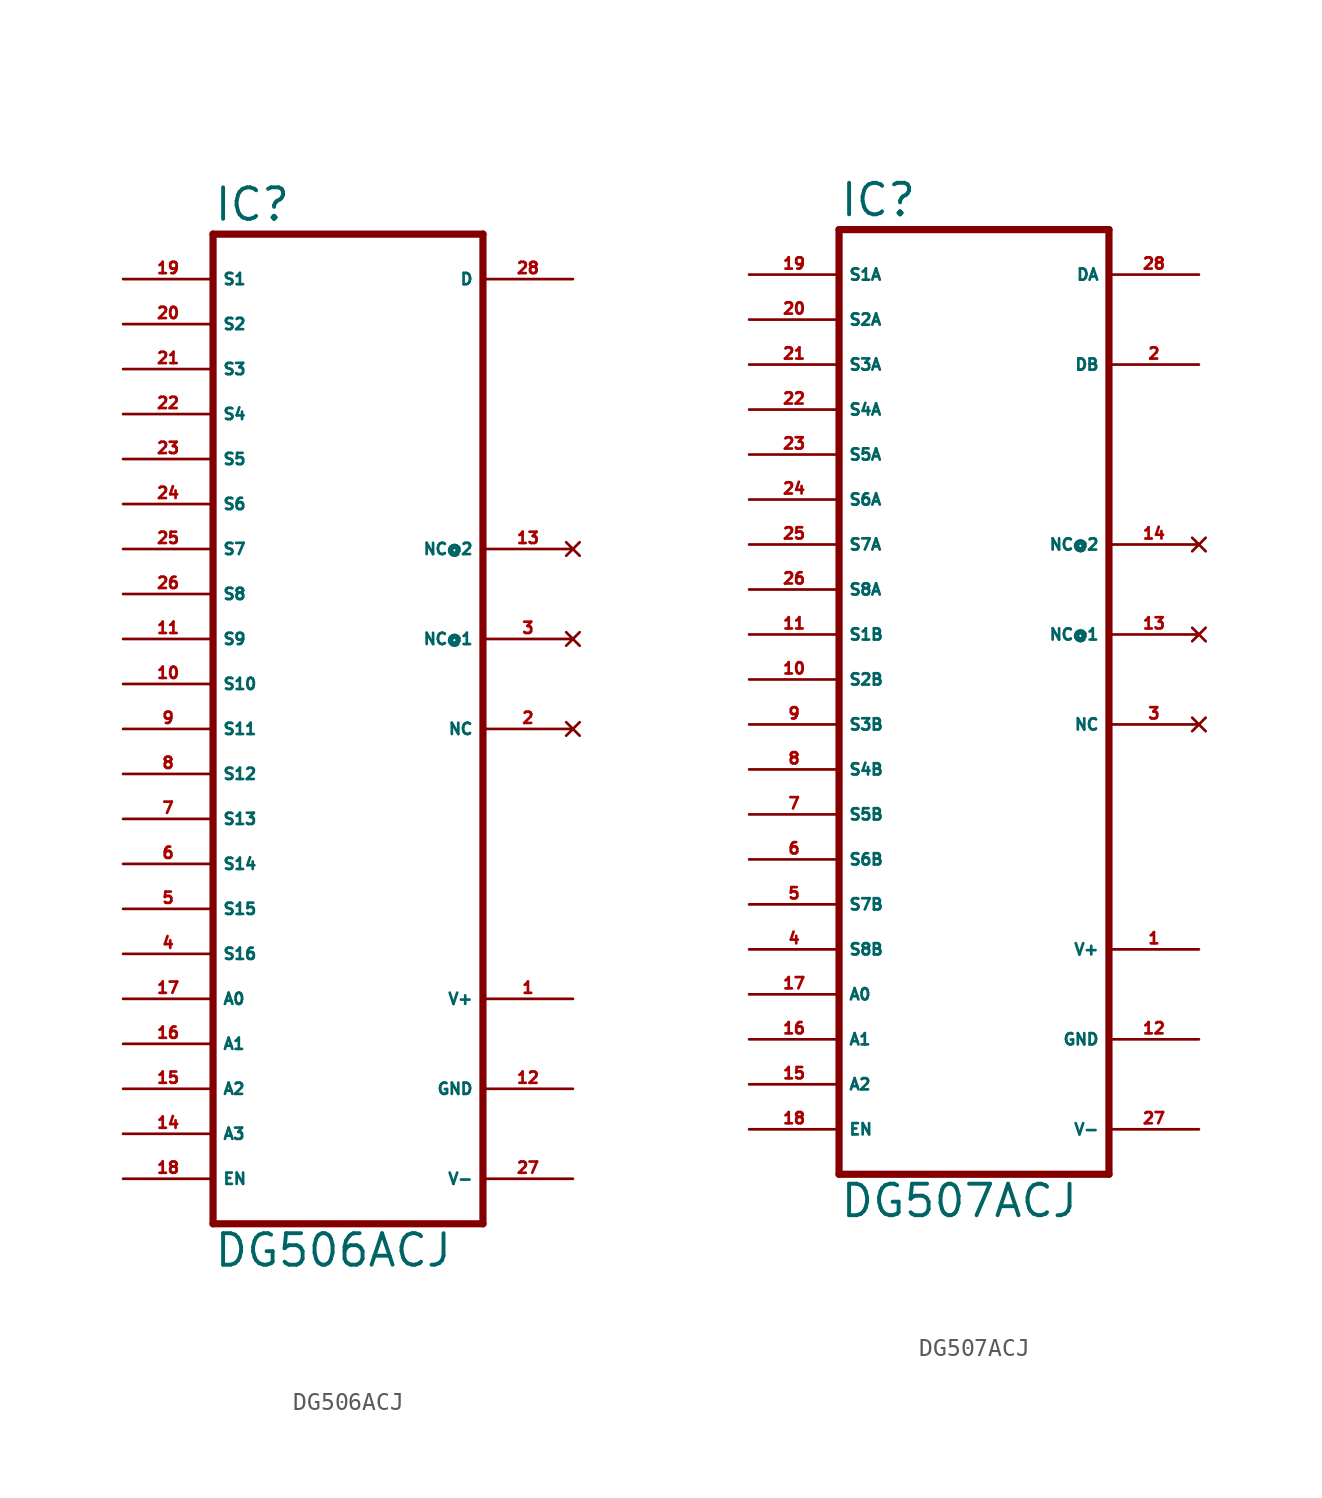
<source format=kicad_sym>
(kicad_symbol_lib
  (version 20220914)
  (generator Eagle2Kicad)
  (symbol "DG506ACJ"
    (property "Reference" "IC"
      (at -7.62 23.495 0)
      (effects (font (size 1.778 1.778) (thickness 0.22)) (justify left bottom)))
    (property "Value" "DG506ACJ"
      (at -7.62 -35.56 0)
      (effects (font (size 1.778 1.778) (thickness 0.22)) (justify left bottom)))
    (polyline
      (pts (xy -7.62 -33.02) (xy 7.62 -33.02))
      (stroke (width 0.406) (type default))
      (fill (type none)))
    (polyline
      (pts (xy 7.62 22.86) (xy 7.62 -33.02))
      (stroke (width 0.406) (type default))
      (fill (type none)))
    (polyline
      (pts (xy 7.62 22.86) (xy -7.62 22.86))
      (stroke (width 0.406) (type default))
      (fill (type none)))
    (polyline
      (pts (xy -7.62 -33.02) (xy -7.62 22.86))
      (stroke (width 0.406) (type default))
      (fill (type none)))
    (pin passive line
      (at -12.7 20.32 0)
      (length 5.08)
      (name "S1" (effects (font (size 0.635 0.635) (thickness 0.08)) (justify left bottom)))
      (number "19" (effects (font (size 0.635 0.635) (thickness 0.08)) (justify left bottom))))
    (pin passive line
      (at -12.7 17.78 0)
      (length 5.08)
      (name "S2" (effects (font (size 0.635 0.635) (thickness 0.08)) (justify left bottom)))
      (number "20" (effects (font (size 0.635 0.635) (thickness 0.08)) (justify left bottom))))
    (pin passive line
      (at -12.7 15.24 0)
      (length 5.08)
      (name "S3" (effects (font (size 0.635 0.635) (thickness 0.08)) (justify left bottom)))
      (number "21" (effects (font (size 0.635 0.635) (thickness 0.08)) (justify left bottom))))
    (pin passive line
      (at -12.7 12.7 0)
      (length 5.08)
      (name "S4" (effects (font (size 0.635 0.635) (thickness 0.08)) (justify left bottom)))
      (number "22" (effects (font (size 0.635 0.635) (thickness 0.08)) (justify left bottom))))
    (pin passive line
      (at -12.7 10.16 0)
      (length 5.08)
      (name "S5" (effects (font (size 0.635 0.635) (thickness 0.08)) (justify left bottom)))
      (number "23" (effects (font (size 0.635 0.635) (thickness 0.08)) (justify left bottom))))
    (pin passive line
      (at -12.7 7.62 0)
      (length 5.08)
      (name "S6" (effects (font (size 0.635 0.635) (thickness 0.08)) (justify left bottom)))
      (number "24" (effects (font (size 0.635 0.635) (thickness 0.08)) (justify left bottom))))
    (pin passive line
      (at -12.7 5.08 0)
      (length 5.08)
      (name "S7" (effects (font (size 0.635 0.635) (thickness 0.08)) (justify left bottom)))
      (number "25" (effects (font (size 0.635 0.635) (thickness 0.08)) (justify left bottom))))
    (pin passive line
      (at -12.7 2.54 0)
      (length 5.08)
      (name "S8" (effects (font (size 0.635 0.635) (thickness 0.08)) (justify left bottom)))
      (number "26" (effects (font (size 0.635 0.635) (thickness 0.08)) (justify left bottom))))
    (pin passive line
      (at -12.7 0 0)
      (length 5.08)
      (name "S9" (effects (font (size 0.635 0.635) (thickness 0.08)) (justify left bottom)))
      (number "11" (effects (font (size 0.635 0.635) (thickness 0.08)) (justify left bottom))))
    (pin passive line
      (at -12.7 -2.54 0)
      (length 5.08)
      (name "S10" (effects (font (size 0.635 0.635) (thickness 0.08)) (justify left bottom)))
      (number "10" (effects (font (size 0.635 0.635) (thickness 0.08)) (justify left bottom))))
    (pin passive line
      (at -12.7 -5.08 0)
      (length 5.08)
      (name "S11" (effects (font (size 0.635 0.635) (thickness 0.08)) (justify left bottom)))
      (number "9" (effects (font (size 0.635 0.635) (thickness 0.08)) (justify left bottom))))
    (pin passive line
      (at -12.7 -7.62 0)
      (length 5.08)
      (name "S12" (effects (font (size 0.635 0.635) (thickness 0.08)) (justify left bottom)))
      (number "8" (effects (font (size 0.635 0.635) (thickness 0.08)) (justify left bottom))))
    (pin passive line
      (at -12.7 -10.16 0)
      (length 5.08)
      (name "S13" (effects (font (size 0.635 0.635) (thickness 0.08)) (justify left bottom)))
      (number "7" (effects (font (size 0.635 0.635) (thickness 0.08)) (justify left bottom))))
    (pin passive line
      (at -12.7 -12.7 0)
      (length 5.08)
      (name "S14" (effects (font (size 0.635 0.635) (thickness 0.08)) (justify left bottom)))
      (number "6" (effects (font (size 0.635 0.635) (thickness 0.08)) (justify left bottom))))
    (pin passive line
      (at -12.7 -15.24 0)
      (length 5.08)
      (name "S15" (effects (font (size 0.635 0.635) (thickness 0.08)) (justify left bottom)))
      (number "5" (effects (font (size 0.635 0.635) (thickness 0.08)) (justify left bottom))))
    (pin passive line
      (at -12.7 -17.78 0)
      (length 5.08)
      (name "S16" (effects (font (size 0.635 0.635) (thickness 0.08)) (justify left bottom)))
      (number "4" (effects (font (size 0.635 0.635) (thickness 0.08)) (justify left bottom))))
    (pin input line
      (at -12.7 -20.32 0)
      (length 5.08)
      (name "A0" (effects (font (size 0.635 0.635) (thickness 0.08)) (justify left bottom)))
      (number "17" (effects (font (size 0.635 0.635) (thickness 0.08)) (justify left bottom))))
    (pin input line
      (at -12.7 -22.86 0)
      (length 5.08)
      (name "A1" (effects (font (size 0.635 0.635) (thickness 0.08)) (justify left bottom)))
      (number "16" (effects (font (size 0.635 0.635) (thickness 0.08)) (justify left bottom))))
    (pin input line
      (at -12.7 -25.4 0)
      (length 5.08)
      (name "A2" (effects (font (size 0.635 0.635) (thickness 0.08)) (justify left bottom)))
      (number "15" (effects (font (size 0.635 0.635) (thickness 0.08)) (justify left bottom))))
    (pin input line
      (at -12.7 -27.94 0)
      (length 5.08)
      (name "A3" (effects (font (size 0.635 0.635) (thickness 0.08)) (justify left bottom)))
      (number "14" (effects (font (size 0.635 0.635) (thickness 0.08)) (justify left bottom))))
    (pin input line
      (at -12.7 -30.48 0)
      (length 5.08)
      (name "EN" (effects (font (size 0.635 0.635) (thickness 0.08)) (justify left bottom)))
      (number "18" (effects (font (size 0.635 0.635) (thickness 0.08)) (justify left bottom))))
    (pin passive line
      (at 12.7 20.32 180)
      (length 5.08)
      (name "D" (effects (font (size 0.635 0.635) (thickness 0.08)) (justify left bottom)))
      (number "28" (effects (font (size 0.635 0.635) (thickness 0.08)) (justify left bottom))))
    (pin unspecified line
      (at 12.7 -25.4 180)
      (length 5.08)
      (name "GND" (effects (font (size 0.635 0.635) (thickness 0.08)) (justify left bottom)))
      (number "12" (effects (font (size 0.635 0.635) (thickness 0.08)) (justify left bottom))))
    (pin unspecified line
      (at 12.7 -30.48 180)
      (length 5.08)
      (name "V-" (effects (font (size 0.635 0.635) (thickness 0.08)) (justify left bottom)))
      (number "27" (effects (font (size 0.635 0.635) (thickness 0.08)) (justify left bottom))))
    (pin unspecified line
      (at 12.7 -20.32 180)
      (length 5.08)
      (name "V+" (effects (font (size 0.635 0.635) (thickness 0.08)) (justify left bottom)))
      (number "1" (effects (font (size 0.635 0.635) (thickness 0.08)) (justify left bottom))))
    (pin no_connect line
      (at 12.7 5.08 180)
      (length 5.08)
      (name "NC@2" (effects (font (size 0.635 0.635) (thickness 0.08)) (justify left bottom) hide))
      (number "13" (effects (font (size 0.635 0.635) (thickness 0.08)) (justify left bottom) hide)))
    (pin no_connect line
      (at 12.7 0 180)
      (length 5.08)
      (name "NC@1" (effects (font (size 0.635 0.635) (thickness 0.08)) (justify left bottom) hide))
      (number "3" (effects (font (size 0.635 0.635) (thickness 0.08)) (justify left bottom) hide)))
    (pin no_connect line
      (at 12.7 -5.08 180)
      (length 5.08)
      (name "NC" (effects (font (size 0.635 0.635) (thickness 0.08)) (justify left bottom) hide))
      (number "2" (effects (font (size 0.635 0.635) (thickness 0.08)) (justify left bottom) hide))))
  (symbol "DG507ACJ"
    (property "Reference" "IC"
      (at -7.62 28.575 0)
      (effects (font (size 1.778 1.778) (thickness 0.22)) (justify left bottom)))
    (property "Value" "DG507ACJ"
      (at -7.62 -27.94 0)
      (effects (font (size 1.778 1.778) (thickness 0.22)) (justify left bottom)))
    (polyline
      (pts (xy -7.62 -25.4) (xy 7.62 -25.4))
      (stroke (width 0.406) (type default))
      (fill (type none)))
    (polyline
      (pts (xy 7.62 27.94) (xy 7.62 -25.4))
      (stroke (width 0.406) (type default))
      (fill (type none)))
    (polyline
      (pts (xy 7.62 27.94) (xy -7.62 27.94))
      (stroke (width 0.406) (type default))
      (fill (type none)))
    (polyline
      (pts (xy -7.62 -25.4) (xy -7.62 27.94))
      (stroke (width 0.406) (type default))
      (fill (type none)))
    (pin passive line
      (at -12.7 25.4 0)
      (length 5.08)
      (name "S1A" (effects (font (size 0.635 0.635) (thickness 0.08)) (justify left bottom)))
      (number "19" (effects (font (size 0.635 0.635) (thickness 0.08)) (justify left bottom))))
    (pin passive line
      (at -12.7 22.86 0)
      (length 5.08)
      (name "S2A" (effects (font (size 0.635 0.635) (thickness 0.08)) (justify left bottom)))
      (number "20" (effects (font (size 0.635 0.635) (thickness 0.08)) (justify left bottom))))
    (pin passive line
      (at -12.7 20.32 0)
      (length 5.08)
      (name "S3A" (effects (font (size 0.635 0.635) (thickness 0.08)) (justify left bottom)))
      (number "21" (effects (font (size 0.635 0.635) (thickness 0.08)) (justify left bottom))))
    (pin passive line
      (at -12.7 17.78 0)
      (length 5.08)
      (name "S4A" (effects (font (size 0.635 0.635) (thickness 0.08)) (justify left bottom)))
      (number "22" (effects (font (size 0.635 0.635) (thickness 0.08)) (justify left bottom))))
    (pin passive line
      (at -12.7 15.24 0)
      (length 5.08)
      (name "S5A" (effects (font (size 0.635 0.635) (thickness 0.08)) (justify left bottom)))
      (number "23" (effects (font (size 0.635 0.635) (thickness 0.08)) (justify left bottom))))
    (pin passive line
      (at -12.7 12.7 0)
      (length 5.08)
      (name "S6A" (effects (font (size 0.635 0.635) (thickness 0.08)) (justify left bottom)))
      (number "24" (effects (font (size 0.635 0.635) (thickness 0.08)) (justify left bottom))))
    (pin passive line
      (at -12.7 10.16 0)
      (length 5.08)
      (name "S7A" (effects (font (size 0.635 0.635) (thickness 0.08)) (justify left bottom)))
      (number "25" (effects (font (size 0.635 0.635) (thickness 0.08)) (justify left bottom))))
    (pin passive line
      (at -12.7 7.62 0)
      (length 5.08)
      (name "S8A" (effects (font (size 0.635 0.635) (thickness 0.08)) (justify left bottom)))
      (number "26" (effects (font (size 0.635 0.635) (thickness 0.08)) (justify left bottom))))
    (pin passive line
      (at -12.7 5.08 0)
      (length 5.08)
      (name "S1B" (effects (font (size 0.635 0.635) (thickness 0.08)) (justify left bottom)))
      (number "11" (effects (font (size 0.635 0.635) (thickness 0.08)) (justify left bottom))))
    (pin passive line
      (at -12.7 2.54 0)
      (length 5.08)
      (name "S2B" (effects (font (size 0.635 0.635) (thickness 0.08)) (justify left bottom)))
      (number "10" (effects (font (size 0.635 0.635) (thickness 0.08)) (justify left bottom))))
    (pin passive line
      (at -12.7 0 0)
      (length 5.08)
      (name "S3B" (effects (font (size 0.635 0.635) (thickness 0.08)) (justify left bottom)))
      (number "9" (effects (font (size 0.635 0.635) (thickness 0.08)) (justify left bottom))))
    (pin passive line
      (at -12.7 -2.54 0)
      (length 5.08)
      (name "S4B" (effects (font (size 0.635 0.635) (thickness 0.08)) (justify left bottom)))
      (number "8" (effects (font (size 0.635 0.635) (thickness 0.08)) (justify left bottom))))
    (pin passive line
      (at -12.7 -5.08 0)
      (length 5.08)
      (name "S5B" (effects (font (size 0.635 0.635) (thickness 0.08)) (justify left bottom)))
      (number "7" (effects (font (size 0.635 0.635) (thickness 0.08)) (justify left bottom))))
    (pin passive line
      (at -12.7 -7.62 0)
      (length 5.08)
      (name "S6B" (effects (font (size 0.635 0.635) (thickness 0.08)) (justify left bottom)))
      (number "6" (effects (font (size 0.635 0.635) (thickness 0.08)) (justify left bottom))))
    (pin passive line
      (at -12.7 -10.16 0)
      (length 5.08)
      (name "S7B" (effects (font (size 0.635 0.635) (thickness 0.08)) (justify left bottom)))
      (number "5" (effects (font (size 0.635 0.635) (thickness 0.08)) (justify left bottom))))
    (pin passive line
      (at -12.7 -12.7 0)
      (length 5.08)
      (name "S8B" (effects (font (size 0.635 0.635) (thickness 0.08)) (justify left bottom)))
      (number "4" (effects (font (size 0.635 0.635) (thickness 0.08)) (justify left bottom))))
    (pin input line
      (at -12.7 -15.24 0)
      (length 5.08)
      (name "A0" (effects (font (size 0.635 0.635) (thickness 0.08)) (justify left bottom)))
      (number "17" (effects (font (size 0.635 0.635) (thickness 0.08)) (justify left bottom))))
    (pin input line
      (at -12.7 -17.78 0)
      (length 5.08)
      (name "A1" (effects (font (size 0.635 0.635) (thickness 0.08)) (justify left bottom)))
      (number "16" (effects (font (size 0.635 0.635) (thickness 0.08)) (justify left bottom))))
    (pin input line
      (at -12.7 -20.32 0)
      (length 5.08)
      (name "A2" (effects (font (size 0.635 0.635) (thickness 0.08)) (justify left bottom)))
      (number "15" (effects (font (size 0.635 0.635) (thickness 0.08)) (justify left bottom))))
    (pin passive line
      (at 12.7 20.32 180)
      (length 5.08)
      (name "DB" (effects (font (size 0.635 0.635) (thickness 0.08)) (justify left bottom)))
      (number "2" (effects (font (size 0.635 0.635) (thickness 0.08)) (justify left bottom))))
    (pin input line
      (at -12.7 -22.86 0)
      (length 5.08)
      (name "EN" (effects (font (size 0.635 0.635) (thickness 0.08)) (justify left bottom)))
      (number "18" (effects (font (size 0.635 0.635) (thickness 0.08)) (justify left bottom))))
    (pin passive line
      (at 12.7 25.4 180)
      (length 5.08)
      (name "DA" (effects (font (size 0.635 0.635) (thickness 0.08)) (justify left bottom)))
      (number "28" (effects (font (size 0.635 0.635) (thickness 0.08)) (justify left bottom))))
    (pin unspecified line
      (at 12.7 -17.78 180)
      (length 5.08)
      (name "GND" (effects (font (size 0.635 0.635) (thickness 0.08)) (justify left bottom)))
      (number "12" (effects (font (size 0.635 0.635) (thickness 0.08)) (justify left bottom))))
    (pin unspecified line
      (at 12.7 -22.86 180)
      (length 5.08)
      (name "V-" (effects (font (size 0.635 0.635) (thickness 0.08)) (justify left bottom)))
      (number "27" (effects (font (size 0.635 0.635) (thickness 0.08)) (justify left bottom))))
    (pin unspecified line
      (at 12.7 -12.7 180)
      (length 5.08)
      (name "V+" (effects (font (size 0.635 0.635) (thickness 0.08)) (justify left bottom)))
      (number "1" (effects (font (size 0.635 0.635) (thickness 0.08)) (justify left bottom))))
    (pin no_connect line
      (at 12.7 10.16 180)
      (length 5.08)
      (name "NC@2" (effects (font (size 0.635 0.635) (thickness 0.08)) (justify left bottom) hide))
      (number "14" (effects (font (size 0.635 0.635) (thickness 0.08)) (justify left bottom) hide)))
    (pin no_connect line
      (at 12.7 5.08 180)
      (length 5.08)
      (name "NC@1" (effects (font (size 0.635 0.635) (thickness 0.08)) (justify left bottom) hide))
      (number "13" (effects (font (size 0.635 0.635) (thickness 0.08)) (justify left bottom) hide)))
    (pin no_connect line
      (at 12.7 0 180)
      (length 5.08)
      (name "NC" (effects (font (size 0.635 0.635) (thickness 0.08)) (justify left bottom) hide))
      (number "3" (effects (font (size 0.635 0.635) (thickness 0.08)) (justify left bottom) hide)))))
</source>
